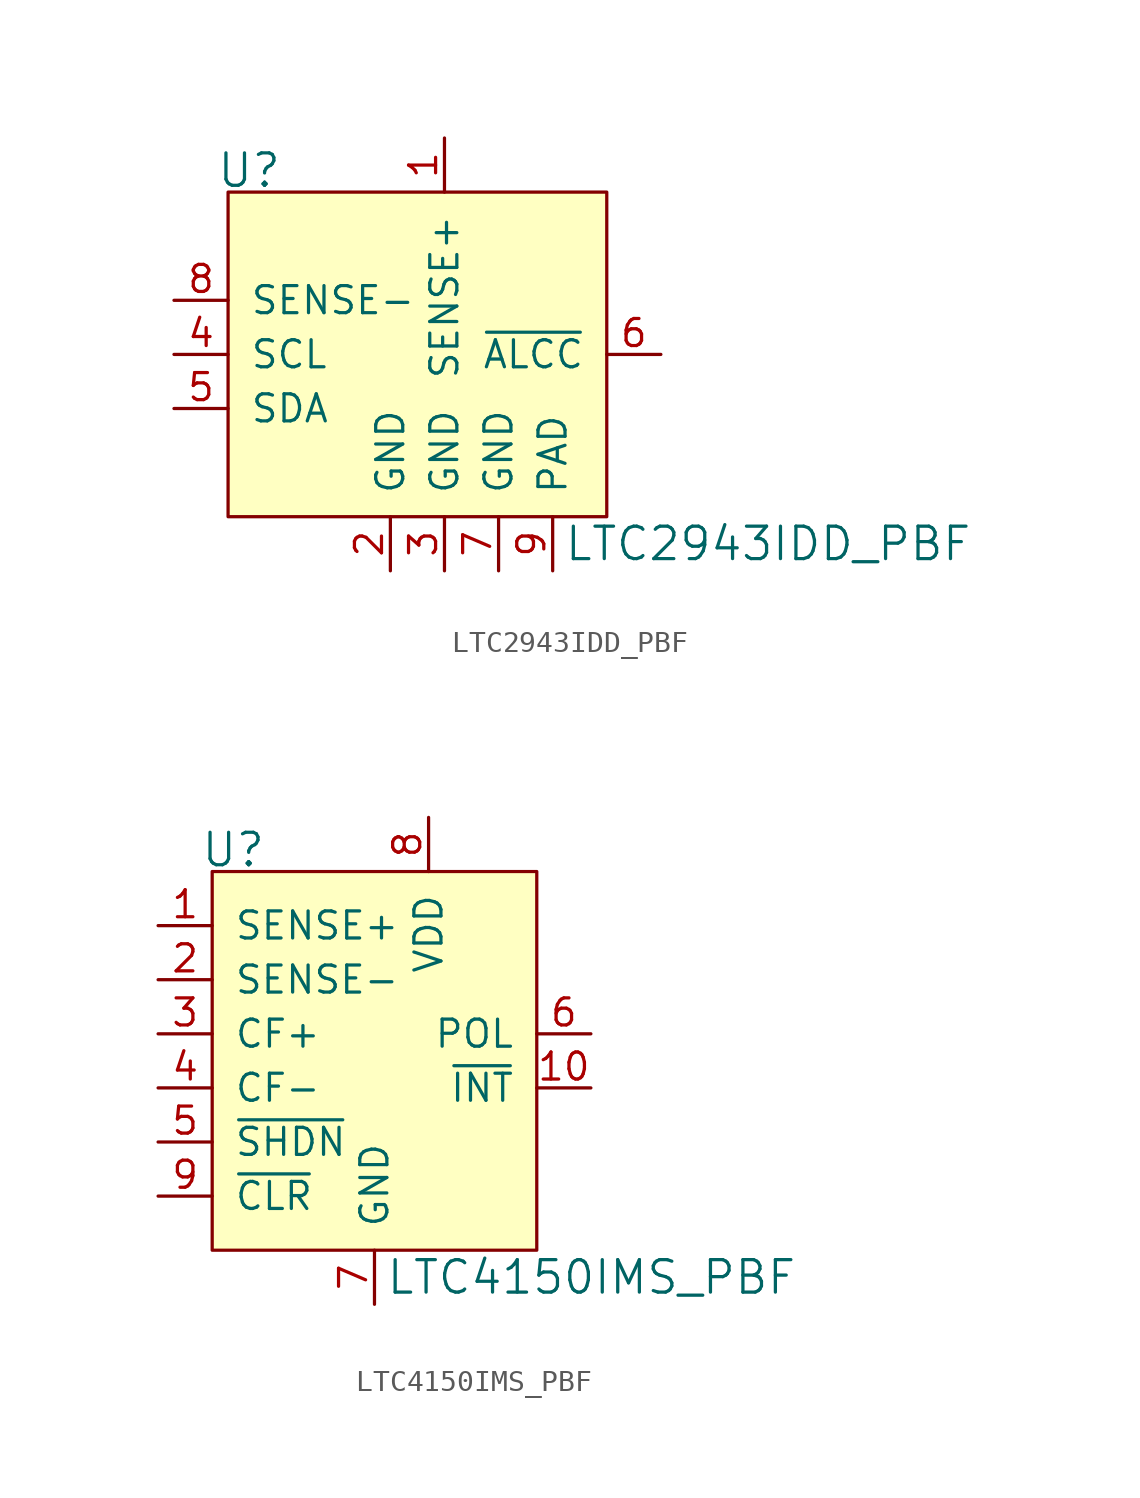
<source format=kicad_sym>
(kicad_symbol_lib
  (version 20201005)
  (generator kicad_symbol_editor)
  (symbol "LTC2943IDD_PBF"
    (pin_names
      (offset 1.016))
    (property "Reference" "U"
      (at -5.08 3.556 0)
      (effects (font (size 1.524 1.524)) (justify right)))
    (property "Value" "LTC2943IDD_PBF"
      (at 8.128 -13.97 0)
      (effects (font (size 1.524 1.524)) (justify left)))
    (symbol "LTC2943IDD_PBF_0_1"
      (rectangle (start -7.62 2.54) (end 10.16 -12.7) (stroke (width 0)) (fill (type background))))
    (symbol "LTC2943IDD_PBF_1_0"
      (pin power_in line (at 2.54 5.08 270) (length 2.54) (name "SENSE+" (effects (font (size 1.27 1.27)))) (number "1" (effects (font (size 1.27 1.27))))))
    (symbol "LTC2943IDD_PBF_1_1"
      (pin power_in line (at 0 -15.24 90) (length 2.54) (name "GND" (effects (font (size 1.27 1.27)))) (number "2" (effects (font (size 1.27 1.27)))))
      (pin power_in line (at 2.54 -15.24 90) (length 2.54) (name "GND" (effects (font (size 1.27 1.27)))) (number "3" (effects (font (size 1.27 1.27)))))
      (pin input line (at -10.16 -5.08 0) (length 2.54) (name "SCL" (effects (font (size 1.27 1.27)))) (number "4" (effects (font (size 1.27 1.27)))))
      (pin bidirectional line (at -10.16 -7.62 0) (length 2.54) (name "SDA" (effects (font (size 1.27 1.27)))) (number "5" (effects (font (size 1.27 1.27)))))
      (pin bidirectional line (at 12.7 -5.08 180) (length 2.54) (name "~ALCC" (effects (font (size 1.27 1.27)))) (number "6" (effects (font (size 1.27 1.27)))))
      (pin power_in line (at 5.08 -15.24 90) (length 2.54) (name "GND" (effects (font (size 1.27 1.27)))) (number "7" (effects (font (size 1.27 1.27)))))
      (pin input line (at -10.16 -2.54 0) (length 2.54) (name "SENSE-" (effects (font (size 1.27 1.27)))) (number "8" (effects (font (size 1.27 1.27)))))
      (pin power_in line (at 7.62 -15.24 90) (length 2.54) (name "PAD" (effects (font (size 1.27 1.27)))) (number "9" (effects (font (size 1.27 1.27)))))))
  (symbol "LTC4150IMS_PBF"
    (pin_names
      (offset 1.016))
    (property "Reference" "U"
      (at -5.08 3.556 0)
      (effects (font (size 1.524 1.524)) (justify right)))
    (property "Value" "LTC4150IMS_PBF"
      (at 0.508 -16.51 0)
      (effects (font (size 1.524 1.524)) (justify left)))
    (symbol "LTC4150IMS_PBF_0_1"
      (rectangle (start -7.62 2.54) (end 7.62 -15.24) (stroke (width 0)) (fill (type background))))
    (symbol "LTC4150IMS_PBF_1_1"
      (pin input line (at -10.16 0 0) (length 2.54) (name "SENSE+" (effects (font (size 1.27 1.27)))) (number "1" (effects (font (size 1.27 1.27)))))
      (pin input line (at -10.16 -2.54 0) (length 2.54) (name "SENSE-" (effects (font (size 1.27 1.27)))) (number "2" (effects (font (size 1.27 1.27)))))
      (pin passive line (at -10.16 -5.08 0) (length 2.54) (name "CF+" (effects (font (size 1.27 1.27)))) (number "3" (effects (font (size 1.27 1.27)))))
      (pin passive line (at -10.16 -7.62 0) (length 2.54) (name "CF-" (effects (font (size 1.27 1.27)))) (number "4" (effects (font (size 1.27 1.27)))))
      (pin input line (at -10.16 -10.16 0) (length 2.54) (name "~SHDN" (effects (font (size 1.27 1.27)))) (number "5" (effects (font (size 1.27 1.27)))))
      (pin output line (at 10.16 -5.08 180) (length 2.54) (name "POL" (effects (font (size 1.27 1.27)))) (number "6" (effects (font (size 1.27 1.27)))))
      (pin power_in line (at 0 -17.78 90) (length 2.54) (name "GND" (effects (font (size 1.27 1.27)))) (number "7" (effects (font (size 1.27 1.27)))))
      (pin power_in line (at 2.54 5.08 270) (length 2.54) (name "VDD" (effects (font (size 1.27 1.27)))) (number "8" (effects (font (size 1.27 1.27)))))
      (pin input line (at -10.16 -12.7 0) (length 2.54) (name "~CLR" (effects (font (size 1.27 1.27)))) (number "9" (effects (font (size 1.27 1.27)))))
      (pin output line (at 10.16 -7.62 180) (length 2.54) (name "~INT" (effects (font (size 1.27 1.27)))) (number "10" (effects (font (size 1.27 1.27))))))))
</source>
